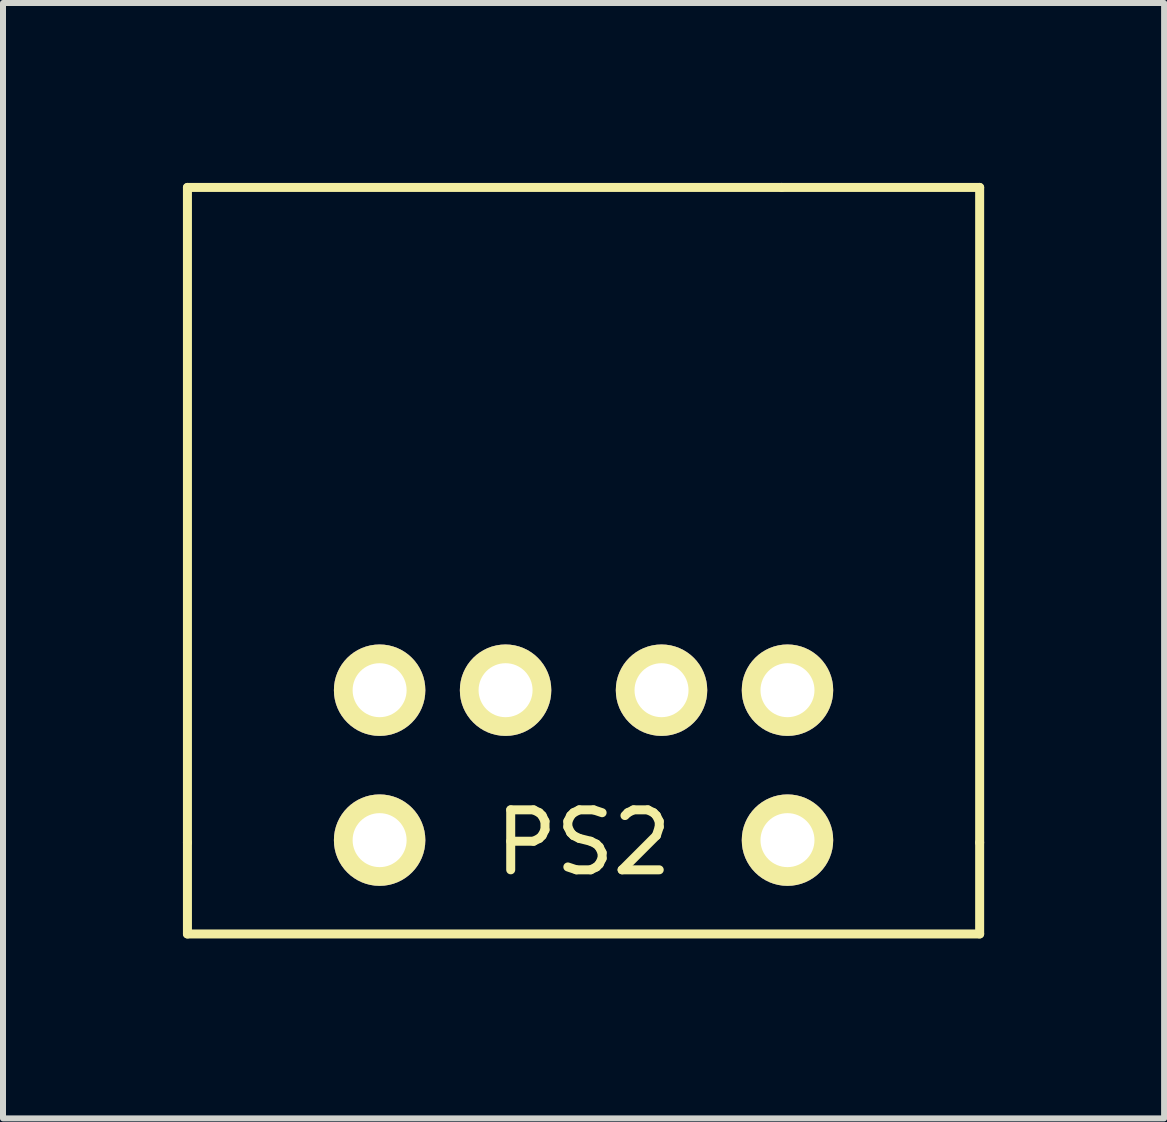
<source format=kicad_pcb>
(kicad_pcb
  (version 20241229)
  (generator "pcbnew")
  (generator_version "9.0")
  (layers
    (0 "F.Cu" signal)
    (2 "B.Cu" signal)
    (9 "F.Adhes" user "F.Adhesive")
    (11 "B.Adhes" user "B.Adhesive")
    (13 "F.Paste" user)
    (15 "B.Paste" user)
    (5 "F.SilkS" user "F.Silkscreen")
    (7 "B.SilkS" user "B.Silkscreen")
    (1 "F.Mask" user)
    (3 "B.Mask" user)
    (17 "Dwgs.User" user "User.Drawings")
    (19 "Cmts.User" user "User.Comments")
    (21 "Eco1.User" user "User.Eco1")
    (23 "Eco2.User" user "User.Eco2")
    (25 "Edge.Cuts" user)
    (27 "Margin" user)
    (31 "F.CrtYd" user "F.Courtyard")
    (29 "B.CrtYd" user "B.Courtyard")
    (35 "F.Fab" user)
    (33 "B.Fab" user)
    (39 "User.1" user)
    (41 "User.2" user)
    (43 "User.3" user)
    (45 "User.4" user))
  (footprint "PS2"
    (layer "F.Cu")
    (at 6.679 8.457)
    (property "Reference" "PS2" (at 0 2.54 0) (layer "F.SilkS") (effects (font (size 1 1) (thickness 0.15))))
    (attr through_hole)
    (fp_line (start -6.604 -8.382) (end 3.302 -8.382) (stroke (width 0.15) (type solid)) (layer "F.SilkS"))
    (fp_line (start -6.604 2.54) (end -6.604 -8.382) (stroke (width 0.15) (type solid)) (layer "F.SilkS"))
    (fp_line (start -6.604 4.064) (end -6.604 2.54) (stroke (width 0.15) (type solid)) (layer "F.SilkS"))
    (fp_line (start 3.302 -8.382) (end 6.604 -8.382) (stroke (width 0.15) (type solid)) (layer "F.SilkS"))
    (fp_line (start 6.604 -8.382) (end 6.604 2.54) (stroke (width 0.15) (type solid)) (layer "F.SilkS"))
    (fp_line (start 6.604 2.54) (end 6.604 4.064) (stroke (width 0.15) (type solid)) (layer "F.SilkS"))
    (fp_line (start 6.604 4.064) (end -6.604 4.064) (stroke (width 0.15) (type solid)) (layer "F.SilkS"))
    (pad "1" thru_hole circle (at -1.3 0) (size 1.524 1.524) (drill 0.9) (layers "*.Cu" "*.Mask" "F.SilkS"))
    (pad "2" thru_hole circle (at 1.3 0) (size 1.524 1.524) (drill 0.9) (layers "*.Cu" "*.Mask" "F.SilkS"))
    (pad "3" thru_hole circle (at -3.4 0) (size 1.524 1.524) (drill 0.9) (layers "*.Cu" "*.Mask" "F.SilkS"))
    (pad "4" thru_hole circle (at 3.4 0) (size 1.524 1.524) (drill 0.9) (layers "*.Cu" "*.Mask" "F.SilkS"))
    (pad "5" thru_hole circle (at -3.4 2.5) (size 1.524 1.524) (drill 0.9) (layers "*.Cu" "*.Mask" "F.SilkS"))
    (pad "6" thru_hole circle (at 3.4 2.5) (size 1.524 1.524) (drill 0.9) (layers "*.Cu" "*.Mask" "F.SilkS")))
  (gr_rect
    (start -3 -3)
    (end 16.358 15.596)
    (stroke (width 0.1) (type default))
    (fill no)
    (layer "Edge.Cuts")))
</source>
